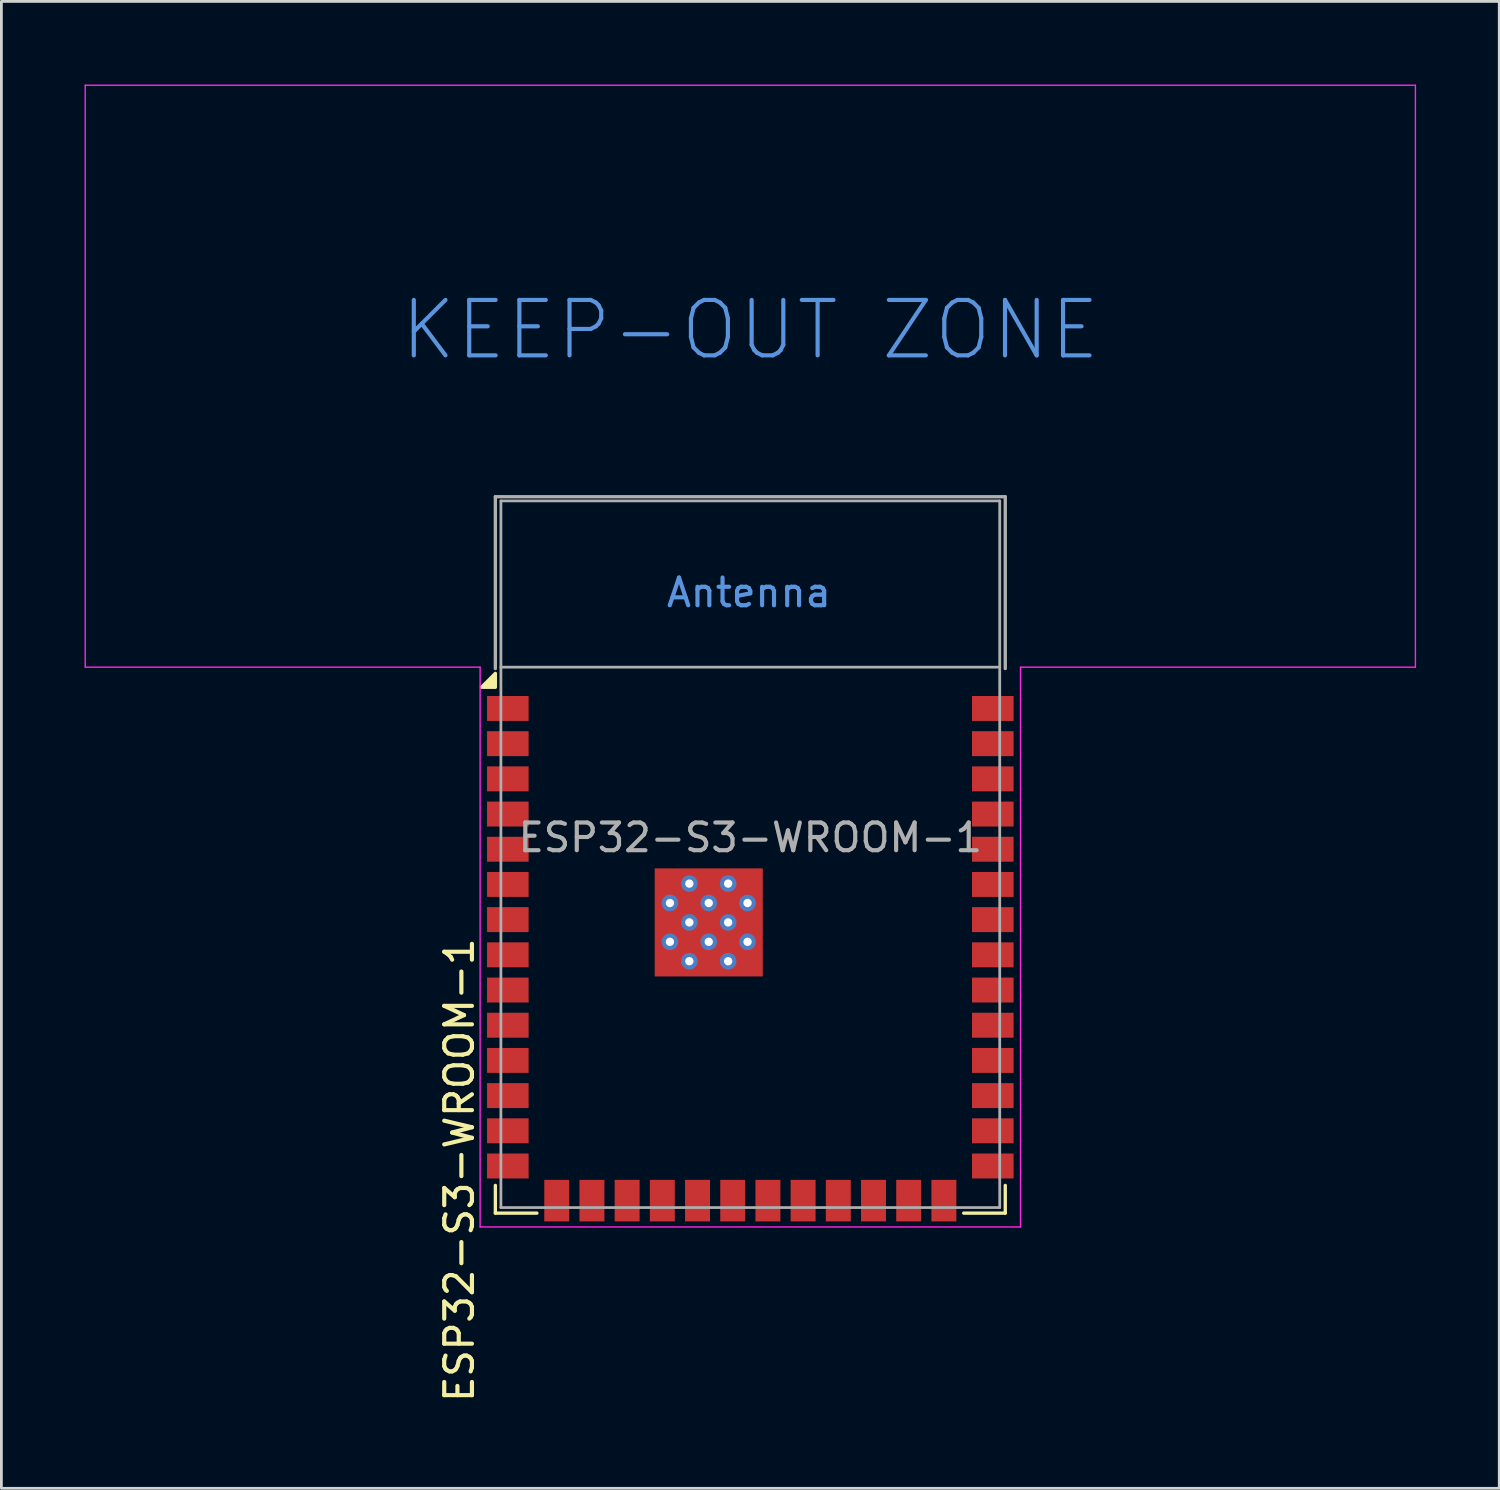
<source format=kicad_pcb>
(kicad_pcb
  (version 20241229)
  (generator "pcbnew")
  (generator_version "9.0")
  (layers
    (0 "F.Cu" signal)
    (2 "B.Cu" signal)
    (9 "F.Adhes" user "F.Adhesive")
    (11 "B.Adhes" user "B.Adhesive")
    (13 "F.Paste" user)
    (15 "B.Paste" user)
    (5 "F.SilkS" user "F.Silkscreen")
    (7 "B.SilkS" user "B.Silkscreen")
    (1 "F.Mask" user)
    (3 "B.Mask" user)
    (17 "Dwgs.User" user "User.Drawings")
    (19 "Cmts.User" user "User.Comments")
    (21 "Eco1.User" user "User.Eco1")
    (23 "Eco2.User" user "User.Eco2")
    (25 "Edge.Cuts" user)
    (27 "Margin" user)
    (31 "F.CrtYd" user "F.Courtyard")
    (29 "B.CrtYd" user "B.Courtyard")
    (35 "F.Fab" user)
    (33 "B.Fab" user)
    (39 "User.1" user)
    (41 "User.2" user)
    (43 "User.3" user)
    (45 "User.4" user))
  (footprint "ESP32-S3-WROOM-1"
    (layer "F.Cu")
    (at 24.025 27.775)
    (property "Reference" "ESP32-S3-WROOM-1" (at -10.5 11.4 90) (unlocked yes) (layer "F.SilkS") (effects (font (size 1 1) (thickness 0.15))))
    (attr smd)
    (fp_line (start -9.2 11.95) (end -9.2 12.95) (stroke (width 0.12) (type solid)) (layer "F.SilkS"))
    (fp_line (start -9.2 12.95) (end -7.7 12.95) (stroke (width 0.12) (type solid)) (layer "F.SilkS"))
    (fp_line (start 9.2 12.95) (end 7.7 12.95) (stroke (width 0.12) (type solid)) (layer "F.SilkS"))
    (fp_line (start 9.2 12.95) (end 9.2 11.95) (stroke (width 0.12) (type solid)) (layer "F.SilkS"))
    (fp_poly (pts (xy -9.2 -6.025) (xy -9.7 -6.025) (xy -9.2 -6.525) (xy -9.2 -6.025)) (stroke (width 0.12) (type solid)) (fill yes) (layer "F.SilkS"))
    (fp_line (start -24 -27.75) (end -24 -6.75) (stroke (width 0.05) (type solid)) (layer "F.CrtYd"))
    (fp_line (start -24 -6.75) (end -9.75 -6.75) (stroke (width 0.05) (type solid)) (layer "F.CrtYd"))
    (fp_line (start -9.75 13.45) (end -9.75 -6.75) (stroke (width 0.05) (type solid)) (layer "F.CrtYd"))
    (fp_line (start -9.75 13.45) (end 9.75 13.45) (stroke (width 0.05) (type solid)) (layer "F.CrtYd"))
    (fp_line (start 9.75 -6.75) (end 9.75 13.45) (stroke (width 0.05) (type solid)) (layer "F.CrtYd"))
    (fp_line (start 9.75 -6.75) (end 24 -6.75) (stroke (width 0.05) (type solid)) (layer "F.CrtYd"))
    (fp_line (start 24 -27.75) (end -24 -27.75) (stroke (width 0.05) (type solid)) (layer "F.CrtYd"))
    (fp_line (start 24 -6.75) (end 24 -27.75) (stroke (width 0.05) (type solid)) (layer "F.CrtYd"))
    (fp_line (start -9.2 -12.9) (end -9.2 -6.7) (stroke (width 0.12) (type solid)) (layer "F.Fab"))
    (fp_line (start -9.2 -12.9) (end 9.2 -12.9) (stroke (width 0.12) (type solid)) (layer "F.Fab"))
    (fp_line (start -9 -12.75) (end 9 -12.75) (stroke (width 0.1) (type solid)) (layer "F.Fab"))
    (fp_line (start -9 -6.75) (end 9 -6.75) (stroke (width 0.1) (type solid)) (layer "F.Fab"))
    (fp_line (start -9 12.75) (end -9 -12.75) (stroke (width 0.1) (type solid)) (layer "F.Fab"))
    (fp_line (start -9 12.75) (end 9 12.75) (stroke (width 0.1) (type solid)) (layer "F.Fab"))
    (fp_line (start 9 12.75) (end 9 -12.75) (stroke (width 0.1) (type solid)) (layer "F.Fab"))
    (fp_line (start 9.2 -12.9) (end 9.2 -6.7) (stroke (width 0.12) (type solid)) (layer "F.Fab"))
    (fp_text user "KEEP-OUT ZONE" (at 0 -18.92 0) (layer "Cmts.User") (effects (font (size 2 2) (thickness 0.15))))
    (fp_text user "Antenna" (at -0.05 -9.44 0) (layer "Cmts.User") (effects (font (size 1 1) (thickness 0.15))))
    (fp_text user "${REFERENCE}" (at 0 -0.6 0) (unlocked yes) (layer "F.Fab") (effects (font (size 1 1) (thickness 0.15))))
    (pad "" smd rect (at -2.9 1.06) (size 0.9 0.9) (layers "F.Paste"))
    (pad "" smd rect (at -2.9 2.46 270) (size 0.9 0.9) (layers "F.Paste"))
    (pad "" smd rect (at -2.9 3.86) (size 0.9 0.9) (layers "F.Paste"))
    (pad "" smd rect (at -1.5 1.06 270) (size 0.9 0.9) (layers "F.Paste"))
    (pad "" smd rect (at -1.5 2.46 270) (size 0.9 0.9) (layers "F.Paste"))
    (pad "" smd rect (at -1.5 3.86 270) (size 0.9 0.9) (layers "F.Paste"))
    (pad "" smd rect (at -0.1 1.06 270) (size 0.9 0.9) (layers "F.Paste"))
    (pad "" smd rect (at -0.1 2.46 270) (size 0.9 0.9) (layers "F.Paste"))
    (pad "" smd rect (at -0.1 3.86 270) (size 0.9 0.9) (layers "F.Paste"))
    (pad "1" smd rect (at -8.75 -5.26) (size 1.5 0.9) (layers "F.Cu" "F.Mask" "F.Paste"))
    (pad "2" smd rect (at -8.75 -3.99) (size 1.5 0.9) (layers "F.Cu" "F.Mask" "F.Paste"))
    (pad "3" smd rect (at -8.75 -2.72) (size 1.5 0.9) (layers "F.Cu" "F.Mask" "F.Paste"))
    (pad "4" smd rect (at -8.75 -1.45) (size 1.5 0.9) (layers "F.Cu" "F.Mask" "F.Paste"))
    (pad "5" smd rect (at -8.75 -0.18) (size 1.5 0.9) (layers "F.Cu" "F.Mask" "F.Paste"))
    (pad "6" smd rect (at -8.75 1.09) (size 1.5 0.9) (layers "F.Cu" "F.Mask" "F.Paste"))
    (pad "7" smd rect (at -8.75 2.36) (size 1.5 0.9) (layers "F.Cu" "F.Mask" "F.Paste"))
    (pad "8" smd rect (at -8.75 3.63) (size 1.5 0.9) (layers "F.Cu" "F.Mask" "F.Paste"))
    (pad "9" smd rect (at -8.75 4.9) (size 1.5 0.9) (layers "F.Cu" "F.Mask" "F.Paste"))
    (pad "10" smd rect (at -8.75 6.17) (size 1.5 0.9) (layers "F.Cu" "F.Mask" "F.Paste"))
    (pad "11" smd rect (at -8.75 7.44) (size 1.5 0.9) (layers "F.Cu" "F.Mask" "F.Paste"))
    (pad "12" smd rect (at -8.75 8.71) (size 1.5 0.9) (layers "F.Cu" "F.Mask" "F.Paste"))
    (pad "13" smd rect (at -8.75 9.98) (size 1.5 0.9) (layers "F.Cu" "F.Mask" "F.Paste"))
    (pad "14" smd rect (at -8.75 11.25 180) (size 1.5 0.9) (layers "F.Cu" "F.Mask" "F.Paste"))
    (pad "15" smd rect (at -6.985 12.5 270) (size 1.5 0.9) (layers "F.Cu" "F.Mask" "F.Paste"))
    (pad "16" smd rect (at -5.715 12.5 270) (size 1.5 0.9) (layers "F.Cu" "F.Mask" "F.Paste"))
    (pad "17" smd rect (at -4.445 12.5 270) (size 1.5 0.9) (layers "F.Cu" "F.Mask" "F.Paste"))
    (pad "18" smd rect (at -3.175 12.5 270) (size 1.5 0.9) (layers "F.Cu" "F.Mask" "F.Paste"))
    (pad "19" smd rect (at -1.905 12.5 270) (size 1.5 0.9) (layers "F.Cu" "F.Mask" "F.Paste"))
    (pad "20" smd rect (at -0.635 12.5 270) (size 1.5 0.9) (layers "F.Cu" "F.Mask" "F.Paste"))
    (pad "21" smd rect (at 0.635 12.5 270) (size 1.5 0.9) (layers "F.Cu" "F.Mask" "F.Paste"))
    (pad "22" smd rect (at 1.905 12.5 270) (size 1.5 0.9) (layers "F.Cu" "F.Mask" "F.Paste"))
    (pad "23" smd rect (at 3.175 12.5 270) (size 1.5 0.9) (layers "F.Cu" "F.Mask" "F.Paste"))
    (pad "24" smd rect (at 4.445 12.5 270) (size 1.5 0.9) (layers "F.Cu" "F.Mask" "F.Paste"))
    (pad "25" smd rect (at 5.715 12.5 270) (size 1.5 0.9) (layers "F.Cu" "F.Mask" "F.Paste"))
    (pad "26" smd rect (at 6.985 12.5 270) (size 1.5 0.9) (layers "F.Cu" "F.Mask" "F.Paste"))
    (pad "27" smd rect (at 8.75 11.25) (size 1.5 0.9) (layers "F.Cu" "F.Mask" "F.Paste"))
    (pad "28" smd rect (at 8.75 9.98) (size 1.5 0.9) (layers "F.Cu" "F.Mask" "F.Paste"))
    (pad "29" smd rect (at 8.75 8.71) (size 1.5 0.9) (layers "F.Cu" "F.Mask" "F.Paste"))
    (pad "30" smd rect (at 8.75 7.44) (size 1.5 0.9) (layers "F.Cu" "F.Mask" "F.Paste"))
    (pad "31" smd rect (at 8.75 6.17) (size 1.5 0.9) (layers "F.Cu" "F.Mask" "F.Paste"))
    (pad "32" smd rect (at 8.75 4.9) (size 1.5 0.9) (layers "F.Cu" "F.Mask" "F.Paste"))
    (pad "33" smd rect (at 8.75 3.63) (size 1.5 0.9) (layers "F.Cu" "F.Mask" "F.Paste"))
    (pad "34" smd rect (at 8.75 2.36) (size 1.5 0.9) (layers "F.Cu" "F.Mask" "F.Paste"))
    (pad "35" smd rect (at 8.75 1.09) (size 1.5 0.9) (layers "F.Cu" "F.Mask" "F.Paste"))
    (pad "36" smd rect (at 8.75 -0.18) (size 1.5 0.9) (layers "F.Cu" "F.Mask" "F.Paste"))
    (pad "37" smd rect (at 8.75 -1.45) (size 1.5 0.9) (layers "F.Cu" "F.Mask" "F.Paste"))
    (pad "38" smd rect (at 8.75 -2.72) (size 1.5 0.9) (layers "F.Cu" "F.Mask" "F.Paste"))
    (pad "39" smd rect (at 8.75 -3.99) (size 1.5 0.9) (layers "F.Cu" "F.Mask" "F.Paste"))
    (pad "40" smd rect (at 8.75 -5.26) (size 1.5 0.9) (layers "F.Cu" "F.Mask" "F.Paste"))
    (pad "41" thru_hole circle (at -2.9 1.76 90) (size 0.6 0.6) (drill 0.3) (property pad_prop_heatsink) (layers "*.Cu" "F.Mask"))
    (pad "41" thru_hole circle (at -2.9 3.16) (size 0.6 0.6) (drill 0.3) (property pad_prop_heatsink) (layers "*.Cu" "F.Mask"))
    (pad "41" thru_hole circle (at -2.2 1.06) (size 0.6 0.6) (drill 0.3) (property pad_prop_heatsink) (layers "*.Cu" "F.Mask"))
    (pad "41" thru_hole circle (at -2.2 2.46) (size 0.6 0.6) (drill 0.3) (property pad_prop_heatsink) (layers "*.Cu" "F.Mask"))
    (pad "41" thru_hole circle (at -2.2 3.86) (size 0.6 0.6) (drill 0.3) (property pad_prop_heatsink) (layers "*.Cu" "F.Mask"))
    (pad "41" thru_hole circle (at -1.5 1.76) (size 0.6 0.6) (drill 0.3) (property pad_prop_heatsink) (layers "*.Cu" "F.Mask"))
    (pad "41" smd rect (at -1.5 2.46 270) (size 3.9 3.9) (property pad_prop_heatsink) (layers "F.Cu" "F.Mask"))
    (pad "41" thru_hole circle (at -1.5 3.16) (size 0.6 0.6) (drill 0.3) (property pad_prop_heatsink) (layers "*.Cu" "F.Mask"))
    (pad "41" thru_hole circle (at -0.8 1.06) (size 0.6 0.6) (drill 0.3) (property pad_prop_heatsink) (layers "*.Cu" "F.Mask"))
    (pad "41" thru_hole circle (at -0.8 2.46) (size 0.6 0.6) (drill 0.3) (property pad_prop_heatsink) (layers "*.Cu" "F.Mask"))
    (pad "41" thru_hole circle (at -0.8 3.86) (size 0.6 0.6) (drill 0.3) (property pad_prop_heatsink) (layers "*.Cu" "F.Mask"))
    (pad "41" thru_hole circle (at -0.1 1.76) (size 0.6 0.6) (drill 0.3) (property pad_prop_heatsink) (layers "*.Cu" "F.Mask"))
    (pad "41" thru_hole circle (at -0.1 3.16) (size 0.6 0.6) (drill 0.3) (property pad_prop_heatsink) (layers "*.Cu" "F.Mask"))
    (zone (net_name "") (layers "F.Cu" "B.Cu") (hatch full 0.508) (connect_pads) (min_thickness 0.254) (filled_areas_thickness no) (keepout (tracks not_allowed) (vias not_allowed) (pads not_allowed) (copperpour not_allowed) (footprints not_allowed)) (placement (enabled no)) (fill) (polygon (pts (xy 0.025 21.025) (xy 48.025 21.025) (xy 48.025 0.025) (xy 0.025 0.025)))))
  (gr_rect
    (start -3 -3)
    (end 51.05 50.657)
    (stroke (width 0.1) (type default))
    (fill no)
    (layer "Edge.Cuts")))
</source>
